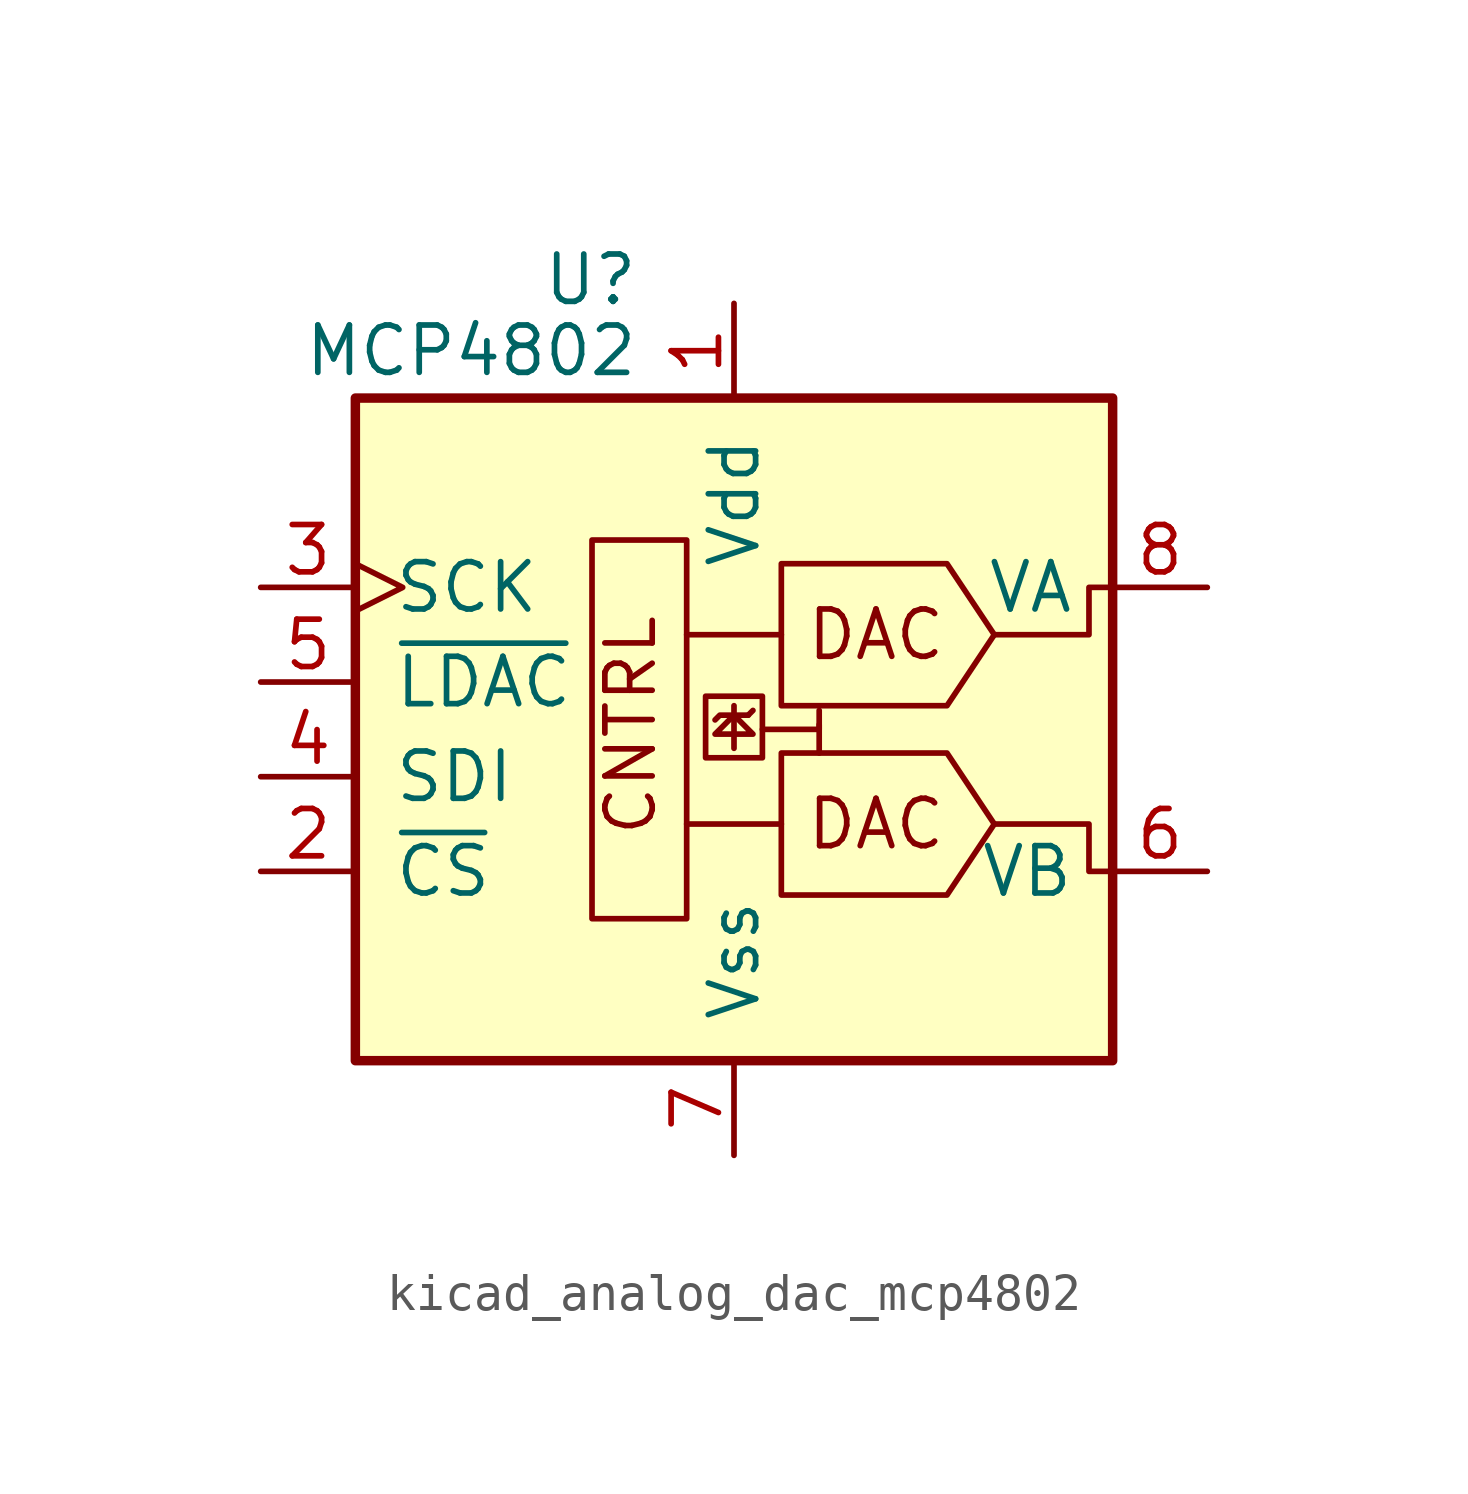
<source format=kicad_sym>
(kicad_symbol_lib
  (version 20220914)
  (generator kicad_symbol_editor)
  (symbol "kicad_analog_dac_mcp4802"
    (pin_names
      (offset 1.016))
    (property "Reference" "U"
      (at -2.54 10.795 0)
      (effects (font (size 1.27 1.27)) (justify right)))
    (property "Value" "MCP4802"
      (at -2.54 8.89 0)
      (effects (font (size 1.27 1.27)) (justify right)))
    (symbol "kicad_analog_dac_mcp4802_0_0"
      (polyline (pts (xy 0 -1.778) (xy 0 -0.635)) (stroke (width 0) (type default)) (fill (type none)))
      (polyline (pts (xy 0.381 -0.889) (xy 0.508 -0.762)) (stroke (width 0) (type default)) (fill (type none)))
      (polyline (pts (xy 2.286 -1.143) (xy 2.286 -1.905)) (stroke (width 0) (type default)) (fill (type none)))
      (polyline (pts (xy 0.381 -0.889) (xy -0.381 -0.889) (xy -0.508 -1.016)) (stroke (width 0) (type default)) (fill (type none)))
      (polyline (pts (xy 0.762 -1.27) (xy 2.286 -1.27) (xy 2.286 -0.762)) (stroke (width 0) (type default)) (fill (type none)))
      (polyline (pts (xy 0 -0.889) (xy 0.508 -1.397) (xy -0.508 -1.397) (xy 0 -0.889)) (stroke (width 0) (type default)) (fill (type none)))
      (polyline (pts (xy 6.985 -3.81) (xy 9.525 -3.81) (xy 9.525 -5.08) (xy 10.16 -5.08)) (stroke (width 0) (type default)) (fill (type none)))
      (polyline (pts (xy 6.985 1.27) (xy 9.525 1.27) (xy 9.525 2.54) (xy 10.16 2.54)) (stroke (width 0) (type default)) (fill (type none)))
      (rectangle (start 0.762 -0.381) (end -0.762 -2.032) (stroke (width 0) (type default)) (fill (type none)))
      (text "CNTRL" (at -2.032 -4.191 900) (effects (font (size 1.27 1.27)) (justify left bottom)))
      (text "DAC" (at 3.81 -3.81 0) (effects (font (size 1.27 1.27))))
      (text "DAC" (at 3.81 1.27 0) (effects (font (size 1.27 1.27)))))
    (symbol "kicad_analog_dac_mcp4802_0_1"
      (rectangle (start -10.16 7.62) (end 10.16 -10.16) (stroke (width 0.254) (type default)) (fill (type background)))
      (rectangle (start -1.27 -6.35) (end -3.81 3.81) (stroke (width 0) (type default)) (fill (type none)))
      (polyline (pts (xy 1.27 -3.81) (xy -1.27 -3.81)) (stroke (width 0) (type default)) (fill (type none)))
      (polyline (pts (xy 1.27 1.27) (xy -1.27 1.27)) (stroke (width 0) (type default)) (fill (type none)))
      (polyline (pts (xy 6.985 -3.81) (xy 5.715 -1.905) (xy 1.27 -1.905) (xy 1.27 -5.715) (xy 5.715 -5.715) (xy 6.985 -3.81)) (stroke (width 0) (type default)) (fill (type none)))
      (polyline (pts (xy 6.985 1.27) (xy 5.715 3.175) (xy 1.27 3.175) (xy 1.27 -0.635) (xy 5.715 -0.635) (xy 6.985 1.27)) (stroke (width 0) (type default)) (fill (type none))))
    (symbol "kicad_analog_dac_mcp4802_1_1"
      (pin power_in line (at 0 10.16 270) (length 2.54) (name "Vdd" (effects (font (size 1.27 1.27)))) (number "1" (effects (font (size 1.27 1.27)))))
      (pin input line (at -12.7 -5.08 0) (length 2.54) (name "~{CS}" (effects (font (size 1.27 1.27)))) (number "2" (effects (font (size 1.27 1.27)))))
      (pin input clock (at -12.7 2.54 0) (length 2.54) (name "SCK" (effects (font (size 1.27 1.27)))) (number "3" (effects (font (size 1.27 1.27)))))
      (pin input line (at -12.7 -2.54 0) (length 2.54) (name "SDI" (effects (font (size 1.27 1.27)))) (number "4" (effects (font (size 1.27 1.27)))))
      (pin input line (at -12.7 0 0) (length 2.54) (name "~{LDAC}" (effects (font (size 1.27 1.27)))) (number "5" (effects (font (size 1.27 1.27)))))
      (pin output line (at 12.7 -5.08 180) (length 2.54) (name "VB" (effects (font (size 1.27 1.27)))) (number "6" (effects (font (size 1.27 1.27)))))
      (pin power_in line (at 0 -12.7 90) (length 2.54) (name "Vss" (effects (font (size 1.27 1.27)))) (number "7" (effects (font (size 1.27 1.27)))))
      (pin output line (at 12.7 2.54 180) (length 2.54) (name "VA" (effects (font (size 1.27 1.27)))) (number "8" (effects (font (size 1.27 1.27))))))))
</source>
